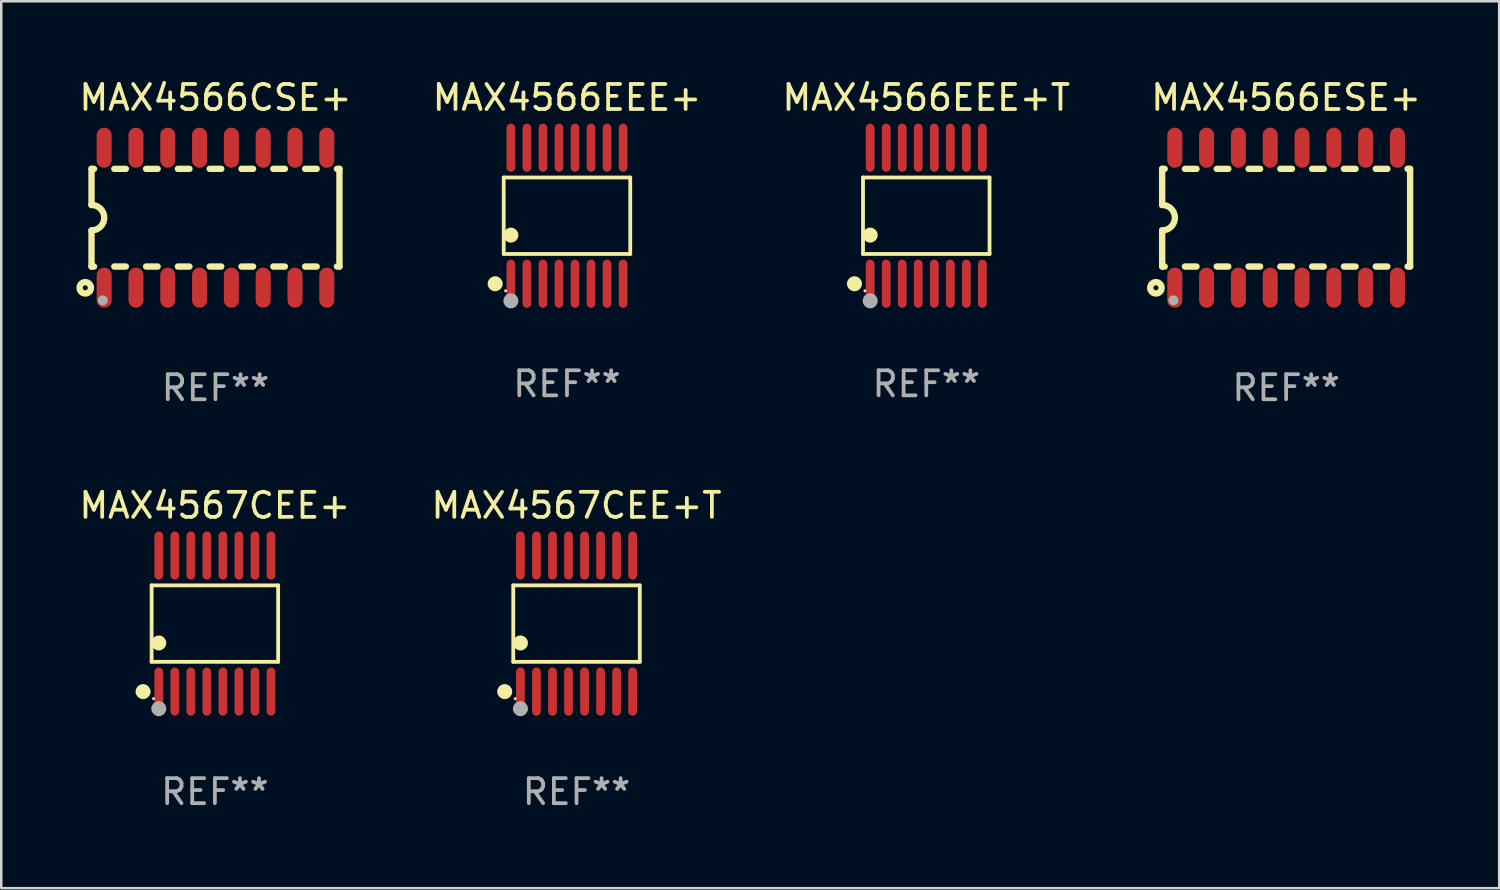
<source format=kicad_pcb>
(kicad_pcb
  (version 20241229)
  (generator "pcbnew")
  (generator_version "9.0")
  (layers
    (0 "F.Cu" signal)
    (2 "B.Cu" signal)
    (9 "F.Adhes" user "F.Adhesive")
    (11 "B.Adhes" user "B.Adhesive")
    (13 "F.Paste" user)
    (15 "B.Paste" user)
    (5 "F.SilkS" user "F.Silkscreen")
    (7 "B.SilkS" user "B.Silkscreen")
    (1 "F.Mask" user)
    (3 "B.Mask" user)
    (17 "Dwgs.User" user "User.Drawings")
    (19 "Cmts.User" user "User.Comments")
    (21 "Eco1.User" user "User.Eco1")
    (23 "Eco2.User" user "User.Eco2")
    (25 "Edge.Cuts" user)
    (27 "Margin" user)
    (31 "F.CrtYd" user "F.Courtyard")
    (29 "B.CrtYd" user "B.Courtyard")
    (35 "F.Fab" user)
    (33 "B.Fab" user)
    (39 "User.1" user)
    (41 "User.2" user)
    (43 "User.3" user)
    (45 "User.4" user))
  (footprint "MAX4567CEE+"
    (layer "F.Cu")
    (at 5.53 21.849)
    (property "Reference" "MAX4567CEE+" (at 0 -4.716 0) (layer "F.SilkS") (effects (font (size 1 1) (thickness 0.15))))
    (attr through_hole)
    (fp_line (start -2.526 -1.526) (end 2.526 -1.526) (stroke (width 0.152) (type solid)) (layer "F.SilkS"))
    (fp_line (start -2.526 1.526) (end -2.526 -1.526) (stroke (width 0.152) (type solid)) (layer "F.SilkS"))
    (fp_line (start 2.526 -1.526) (end 2.526 1.526) (stroke (width 0.152) (type solid)) (layer "F.SilkS"))
    (fp_line (start 2.526 1.526) (end -2.526 1.526) (stroke (width 0.152) (type solid)) (layer "F.SilkS"))
    (fp_circle (center -2.867 2.716) (end -2.717 2.716) (stroke (width 0.3) (type solid)) (fill no) (layer "F.SilkS"))
    (fp_circle (center -2.45 2.997) (end -2.42 2.997) (stroke (width 0.06) (type solid)) (fill no) (layer "F.SilkS"))
    (fp_circle (center -2.24 0.774) (end -2.09 0.774) (stroke (width 0.3) (type solid)) (fill no) (layer "F.SilkS"))
    (fp_circle (center -2.24 3.398) (end -2.09 3.398) (stroke (width 0.3) (type solid)) (fill no) (layer "F.Fab"))
    (fp_text user "REF**" (at 0 6.716 0) (layer "F.Fab") (effects (font (size 1 1) (thickness 0.15))))
    (pad "1" smd oval (at -2.24 2.716) (size 0.35 1.922) (layers "F.Cu" "F.Mask" "F.Paste"))
    (pad "2" smd oval (at -1.6 2.716) (size 0.35 1.922) (layers "F.Cu" "F.Mask" "F.Paste"))
    (pad "3" smd oval (at -0.96 2.716) (size 0.35 1.922) (layers "F.Cu" "F.Mask" "F.Paste"))
    (pad "4" smd oval (at -0.32 2.716) (size 0.35 1.922) (layers "F.Cu" "F.Mask" "F.Paste"))
    (pad "5" smd oval (at 0.32 2.716) (size 0.35 1.922) (layers "F.Cu" "F.Mask" "F.Paste"))
    (pad "6" smd oval (at 0.96 2.716) (size 0.35 1.922) (layers "F.Cu" "F.Mask" "F.Paste"))
    (pad "7" smd oval (at 1.6 2.716) (size 0.35 1.922) (layers "F.Cu" "F.Mask" "F.Paste"))
    (pad "8" smd oval (at 2.24 2.716) (size 0.35 1.922) (layers "F.Cu" "F.Mask" "F.Paste"))
    (pad "9" smd oval (at 2.24 -2.716) (size 0.35 1.922) (layers "F.Cu" "F.Mask" "F.Paste"))
    (pad "10" smd oval (at 1.6 -2.716) (size 0.35 1.922) (layers "F.Cu" "F.Mask" "F.Paste"))
    (pad "11" smd oval (at 0.96 -2.716) (size 0.35 1.922) (layers "F.Cu" "F.Mask" "F.Paste"))
    (pad "12" smd oval (at 0.32 -2.716) (size 0.35 1.922) (layers "F.Cu" "F.Mask" "F.Paste"))
    (pad "13" smd oval (at -0.32 -2.716) (size 0.35 1.922) (layers "F.Cu" "F.Mask" "F.Paste"))
    (pad "14" smd oval (at -0.96 -2.716) (size 0.35 1.922) (layers "F.Cu" "F.Mask" "F.Paste"))
    (pad "15" smd oval (at -1.6 -2.716) (size 0.35 1.922) (layers "F.Cu" "F.Mask" "F.Paste"))
    (pad "16" smd oval (at -2.24 -2.716) (size 0.35 1.922) (layers "F.Cu" "F.Mask" "F.Paste")))
  (footprint "MAX4567CEE+T"
    (layer "F.Cu")
    (at 19.97 21.849)
    (property "Reference" "MAX4567CEE+T" (at 0 -4.716 0) (layer "F.SilkS") (effects (font (size 1 1) (thickness 0.15))))
    (attr through_hole)
    (fp_line (start -2.526 -1.526) (end 2.526 -1.526) (stroke (width 0.152) (type solid)) (layer "F.SilkS"))
    (fp_line (start -2.526 1.526) (end -2.526 -1.526) (stroke (width 0.152) (type solid)) (layer "F.SilkS"))
    (fp_line (start 2.526 -1.526) (end 2.526 1.526) (stroke (width 0.152) (type solid)) (layer "F.SilkS"))
    (fp_line (start 2.526 1.526) (end -2.526 1.526) (stroke (width 0.152) (type solid)) (layer "F.SilkS"))
    (fp_circle (center -2.867 2.716) (end -2.717 2.716) (stroke (width 0.3) (type solid)) (fill no) (layer "F.SilkS"))
    (fp_circle (center -2.45 2.997) (end -2.42 2.997) (stroke (width 0.06) (type solid)) (fill no) (layer "F.SilkS"))
    (fp_circle (center -2.24 0.774) (end -2.09 0.774) (stroke (width 0.3) (type solid)) (fill no) (layer "F.SilkS"))
    (fp_circle (center -2.24 3.398) (end -2.09 3.398) (stroke (width 0.3) (type solid)) (fill no) (layer "F.Fab"))
    (fp_text user "REF**" (at 0 6.716 0) (layer "F.Fab") (effects (font (size 1 1) (thickness 0.15))))
    (pad "1" smd oval (at -2.24 2.716) (size 0.35 1.922) (layers "F.Cu" "F.Mask" "F.Paste"))
    (pad "2" smd oval (at -1.6 2.716) (size 0.35 1.922) (layers "F.Cu" "F.Mask" "F.Paste"))
    (pad "3" smd oval (at -0.96 2.716) (size 0.35 1.922) (layers "F.Cu" "F.Mask" "F.Paste"))
    (pad "4" smd oval (at -0.32 2.716) (size 0.35 1.922) (layers "F.Cu" "F.Mask" "F.Paste"))
    (pad "5" smd oval (at 0.32 2.716) (size 0.35 1.922) (layers "F.Cu" "F.Mask" "F.Paste"))
    (pad "6" smd oval (at 0.96 2.716) (size 0.35 1.922) (layers "F.Cu" "F.Mask" "F.Paste"))
    (pad "7" smd oval (at 1.6 2.716) (size 0.35 1.922) (layers "F.Cu" "F.Mask" "F.Paste"))
    (pad "8" smd oval (at 2.24 2.716) (size 0.35 1.922) (layers "F.Cu" "F.Mask" "F.Paste"))
    (pad "9" smd oval (at 2.24 -2.716) (size 0.35 1.922) (layers "F.Cu" "F.Mask" "F.Paste"))
    (pad "10" smd oval (at 1.6 -2.716) (size 0.35 1.922) (layers "F.Cu" "F.Mask" "F.Paste"))
    (pad "11" smd oval (at 0.96 -2.716) (size 0.35 1.922) (layers "F.Cu" "F.Mask" "F.Paste"))
    (pad "12" smd oval (at 0.32 -2.716) (size 0.35 1.922) (layers "F.Cu" "F.Mask" "F.Paste"))
    (pad "13" smd oval (at -0.32 -2.716) (size 0.35 1.922) (layers "F.Cu" "F.Mask" "F.Paste"))
    (pad "14" smd oval (at -0.96 -2.716) (size 0.35 1.922) (layers "F.Cu" "F.Mask" "F.Paste"))
    (pad "15" smd oval (at -1.6 -2.716) (size 0.35 1.922) (layers "F.Cu" "F.Mask" "F.Paste"))
    (pad "16" smd oval (at -2.24 -2.716) (size 0.35 1.922) (layers "F.Cu" "F.Mask" "F.Paste")))
  (footprint "MAX4566ESE+"
    (layer "F.Cu")
    (at 48.304 5.642)
    (property "Reference" "MAX4566ESE+" (at 0 -4.794 0) (layer "F.SilkS") (effects (font (size 1 1) (thickness 0.15))))
    (attr through_hole)
    (fp_line (start -4.95 -1.95) (end -4.95 -0.508) (stroke (width 0.254) (type solid)) (layer "F.SilkS"))
    (fp_line (start -4.95 -1.95) (end -4.849 -1.95) (stroke (width 0.254) (type solid)) (layer "F.SilkS"))
    (fp_line (start -4.95 1.95) (end -4.95 0.508) (stroke (width 0.254) (type solid)) (layer "F.SilkS"))
    (fp_line (start -4.95 1.95) (end -4.849 1.95) (stroke (width 0.254) (type solid)) (layer "F.SilkS"))
    (fp_line (start -4.041 -1.95) (end -3.579 -1.95) (stroke (width 0.254) (type solid)) (layer "F.SilkS"))
    (fp_line (start -4.041 1.95) (end -3.579 1.95) (stroke (width 0.254) (type solid)) (layer "F.SilkS"))
    (fp_line (start -2.771 -1.95) (end -2.309 -1.95) (stroke (width 0.254) (type solid)) (layer "F.SilkS"))
    (fp_line (start -2.771 1.95) (end -2.309 1.95) (stroke (width 0.254) (type solid)) (layer "F.SilkS"))
    (fp_line (start -1.501 -1.95) (end -1.039 -1.95) (stroke (width 0.254) (type solid)) (layer "F.SilkS"))
    (fp_line (start -1.501 1.95) (end -1.039 1.95) (stroke (width 0.254) (type solid)) (layer "F.SilkS"))
    (fp_line (start -0.231 -1.95) (end 0.231 -1.95) (stroke (width 0.254) (type solid)) (layer "F.SilkS"))
    (fp_line (start -0.231 1.95) (end 0.231 1.95) (stroke (width 0.254) (type solid)) (layer "F.SilkS"))
    (fp_line (start 1.039 -1.95) (end 1.501 -1.95) (stroke (width 0.254) (type solid)) (layer "F.SilkS"))
    (fp_line (start 1.039 1.95) (end 1.501 1.95) (stroke (width 0.254) (type solid)) (layer "F.SilkS"))
    (fp_line (start 2.309 -1.95) (end 2.771 -1.95) (stroke (width 0.254) (type solid)) (layer "F.SilkS"))
    (fp_line (start 2.309 1.95) (end 2.771 1.95) (stroke (width 0.254) (type solid)) (layer "F.SilkS"))
    (fp_line (start 3.579 -1.95) (end 4.041 -1.95) (stroke (width 0.254) (type solid)) (layer "F.SilkS"))
    (fp_line (start 3.579 1.95) (end 4.041 1.95) (stroke (width 0.254) (type solid)) (layer "F.SilkS"))
    (fp_line (start 4.849 -1.95) (end 4.95 -1.95) (stroke (width 0.254) (type solid)) (layer "F.SilkS"))
    (fp_line (start 4.849 1.95) (end 4.95 1.95) (stroke (width 0.254) (type solid)) (layer "F.SilkS"))
    (fp_line (start 4.95 -1.95) (end 4.95 1.95) (stroke (width 0.254) (type solid)) (layer "F.SilkS"))
    (fp_arc (start -4.95047 -0.508001) (mid -4.442469 -0.000228) (end -4.950013 0.508001) (stroke (width 0.254001) (type solid)) (layer "F.SilkS"))
    (fp_circle (center -5.2 2.8) (end -5.1 2.8) (stroke (width 0.254) (type solid)) (fill no) (layer "F.SilkS"))
    (fp_circle (center -4.95 2.947) (end -4.92 2.947) (stroke (width 0.06) (type solid)) (fill no) (layer "F.SilkS"))
    (fp_circle (center -4.5 3.3) (end -4.4 3.3) (stroke (width 0.2) (type solid)) (fill no) (layer "F.Fab"))
    (fp_text user "REF**" (at 0 6.794 0) (layer "F.Fab") (effects (font (size 1 1) (thickness 0.15))))
    (pad "1" smd oval (at -4.445 2.794) (size 0.6 1.6) (layers "F.Cu" "F.Mask" "F.Paste"))
    (pad "2" smd oval (at -3.175 2.794) (size 0.6 1.6) (layers "F.Cu" "F.Mask" "F.Paste"))
    (pad "3" smd oval (at -1.905 2.794) (size 0.6 1.6) (layers "F.Cu" "F.Mask" "F.Paste"))
    (pad "4" smd oval (at -0.635 2.794) (size 0.6 1.6) (layers "F.Cu" "F.Mask" "F.Paste"))
    (pad "5" smd oval (at 0.635 2.794) (size 0.6 1.6) (layers "F.Cu" "F.Mask" "F.Paste"))
    (pad "6" smd oval (at 1.905 2.794) (size 0.6 1.6) (layers "F.Cu" "F.Mask" "F.Paste"))
    (pad "7" smd oval (at 3.175 2.794) (size 0.6 1.6) (layers "F.Cu" "F.Mask" "F.Paste"))
    (pad "8" smd oval (at 4.445 2.794) (size 0.6 1.6) (layers "F.Cu" "F.Mask" "F.Paste"))
    (pad "9" smd oval (at 4.445 -2.794) (size 0.6 1.6) (layers "F.Cu" "F.Mask" "F.Paste"))
    (pad "10" smd oval (at 3.175 -2.794) (size 0.6 1.6) (layers "F.Cu" "F.Mask" "F.Paste"))
    (pad "11" smd oval (at 1.905 -2.794) (size 0.6 1.6) (layers "F.Cu" "F.Mask" "F.Paste"))
    (pad "12" smd oval (at 0.635 -2.794) (size 0.6 1.6) (layers "F.Cu" "F.Mask" "F.Paste"))
    (pad "13" smd oval (at -0.635 -2.794) (size 0.6 1.6) (layers "F.Cu" "F.Mask" "F.Paste"))
    (pad "14" smd oval (at -1.905 -2.794) (size 0.6 1.6) (layers "F.Cu" "F.Mask" "F.Paste"))
    (pad "15" smd oval (at -3.175 -2.794) (size 0.6 1.6) (layers "F.Cu" "F.Mask" "F.Paste"))
    (pad "16" smd oval (at -4.445 -2.794) (size 0.6 1.6) (layers "F.Cu" "F.Mask" "F.Paste")))
  (footprint "MAX4566EEE+"
    (layer "F.Cu")
    (at 19.589 5.564)
    (property "Reference" "MAX4566EEE+" (at 0 -4.716 0) (layer "F.SilkS") (effects (font (size 1 1) (thickness 0.15))))
    (attr through_hole)
    (fp_line (start -2.526 -1.526) (end 2.526 -1.526) (stroke (width 0.152) (type solid)) (layer "F.SilkS"))
    (fp_line (start -2.526 1.526) (end -2.526 -1.526) (stroke (width 0.152) (type solid)) (layer "F.SilkS"))
    (fp_line (start 2.526 -1.526) (end 2.526 1.526) (stroke (width 0.152) (type solid)) (layer "F.SilkS"))
    (fp_line (start 2.526 1.526) (end -2.526 1.526) (stroke (width 0.152) (type solid)) (layer "F.SilkS"))
    (fp_circle (center -2.867 2.716) (end -2.717 2.716) (stroke (width 0.3) (type solid)) (fill no) (layer "F.SilkS"))
    (fp_circle (center -2.45 2.997) (end -2.42 2.997) (stroke (width 0.06) (type solid)) (fill no) (layer "F.SilkS"))
    (fp_circle (center -2.24 0.774) (end -2.09 0.774) (stroke (width 0.3) (type solid)) (fill no) (layer "F.SilkS"))
    (fp_circle (center -2.24 3.398) (end -2.09 3.398) (stroke (width 0.3) (type solid)) (fill no) (layer "F.Fab"))
    (fp_text user "REF**" (at 0 6.716 0) (layer "F.Fab") (effects (font (size 1 1) (thickness 0.15))))
    (pad "1" smd oval (at -2.24 2.716) (size 0.35 1.922) (layers "F.Cu" "F.Mask" "F.Paste"))
    (pad "2" smd oval (at -1.6 2.716) (size 0.35 1.922) (layers "F.Cu" "F.Mask" "F.Paste"))
    (pad "3" smd oval (at -0.96 2.716) (size 0.35 1.922) (layers "F.Cu" "F.Mask" "F.Paste"))
    (pad "4" smd oval (at -0.32 2.716) (size 0.35 1.922) (layers "F.Cu" "F.Mask" "F.Paste"))
    (pad "5" smd oval (at 0.32 2.716) (size 0.35 1.922) (layers "F.Cu" "F.Mask" "F.Paste"))
    (pad "6" smd oval (at 0.96 2.716) (size 0.35 1.922) (layers "F.Cu" "F.Mask" "F.Paste"))
    (pad "7" smd oval (at 1.6 2.716) (size 0.35 1.922) (layers "F.Cu" "F.Mask" "F.Paste"))
    (pad "8" smd oval (at 2.24 2.716) (size 0.35 1.922) (layers "F.Cu" "F.Mask" "F.Paste"))
    (pad "9" smd oval (at 2.24 -2.716) (size 0.35 1.922) (layers "F.Cu" "F.Mask" "F.Paste"))
    (pad "10" smd oval (at 1.6 -2.716) (size 0.35 1.922) (layers "F.Cu" "F.Mask" "F.Paste"))
    (pad "11" smd oval (at 0.96 -2.716) (size 0.35 1.922) (layers "F.Cu" "F.Mask" "F.Paste"))
    (pad "12" smd oval (at 0.32 -2.716) (size 0.35 1.922) (layers "F.Cu" "F.Mask" "F.Paste"))
    (pad "13" smd oval (at -0.32 -2.716) (size 0.35 1.922) (layers "F.Cu" "F.Mask" "F.Paste"))
    (pad "14" smd oval (at -0.96 -2.716) (size 0.35 1.922) (layers "F.Cu" "F.Mask" "F.Paste"))
    (pad "15" smd oval (at -1.6 -2.716) (size 0.35 1.922) (layers "F.Cu" "F.Mask" "F.Paste"))
    (pad "16" smd oval (at -2.24 -2.716) (size 0.35 1.922) (layers "F.Cu" "F.Mask" "F.Paste")))
  (footprint "MAX4566CSE+"
    (layer "F.Cu")
    (at 5.554 5.642)
    (property "Reference" "MAX4566CSE+" (at 0 -4.794 0) (layer "F.SilkS") (effects (font (size 1 1) (thickness 0.15))))
    (attr through_hole)
    (fp_line (start -4.95 -1.95) (end -4.95 -0.508) (stroke (width 0.254) (type solid)) (layer "F.SilkS"))
    (fp_line (start -4.95 -1.95) (end -4.849 -1.95) (stroke (width 0.254) (type solid)) (layer "F.SilkS"))
    (fp_line (start -4.95 1.95) (end -4.95 0.508) (stroke (width 0.254) (type solid)) (layer "F.SilkS"))
    (fp_line (start -4.95 1.95) (end -4.849 1.95) (stroke (width 0.254) (type solid)) (layer "F.SilkS"))
    (fp_line (start -4.041 -1.95) (end -3.579 -1.95) (stroke (width 0.254) (type solid)) (layer "F.SilkS"))
    (fp_line (start -4.041 1.95) (end -3.579 1.95) (stroke (width 0.254) (type solid)) (layer "F.SilkS"))
    (fp_line (start -2.771 -1.95) (end -2.309 -1.95) (stroke (width 0.254) (type solid)) (layer "F.SilkS"))
    (fp_line (start -2.771 1.95) (end -2.309 1.95) (stroke (width 0.254) (type solid)) (layer "F.SilkS"))
    (fp_line (start -1.501 -1.95) (end -1.039 -1.95) (stroke (width 0.254) (type solid)) (layer "F.SilkS"))
    (fp_line (start -1.501 1.95) (end -1.039 1.95) (stroke (width 0.254) (type solid)) (layer "F.SilkS"))
    (fp_line (start -0.231 -1.95) (end 0.231 -1.95) (stroke (width 0.254) (type solid)) (layer "F.SilkS"))
    (fp_line (start -0.231 1.95) (end 0.231 1.95) (stroke (width 0.254) (type solid)) (layer "F.SilkS"))
    (fp_line (start 1.039 -1.95) (end 1.501 -1.95) (stroke (width 0.254) (type solid)) (layer "F.SilkS"))
    (fp_line (start 1.039 1.95) (end 1.501 1.95) (stroke (width 0.254) (type solid)) (layer "F.SilkS"))
    (fp_line (start 2.309 -1.95) (end 2.771 -1.95) (stroke (width 0.254) (type solid)) (layer "F.SilkS"))
    (fp_line (start 2.309 1.95) (end 2.771 1.95) (stroke (width 0.254) (type solid)) (layer "F.SilkS"))
    (fp_line (start 3.579 -1.95) (end 4.041 -1.95) (stroke (width 0.254) (type solid)) (layer "F.SilkS"))
    (fp_line (start 3.579 1.95) (end 4.041 1.95) (stroke (width 0.254) (type solid)) (layer "F.SilkS"))
    (fp_line (start 4.849 -1.95) (end 4.95 -1.95) (stroke (width 0.254) (type solid)) (layer "F.SilkS"))
    (fp_line (start 4.849 1.95) (end 4.95 1.95) (stroke (width 0.254) (type solid)) (layer "F.SilkS"))
    (fp_line (start 4.95 -1.95) (end 4.95 1.95) (stroke (width 0.254) (type solid)) (layer "F.SilkS"))
    (fp_arc (start -4.95047 -0.508001) (mid -4.442469 -0.000228) (end -4.950013 0.508001) (stroke (width 0.254001) (type solid)) (layer "F.SilkS"))
    (fp_circle (center -5.2 2.8) (end -5.1 2.8) (stroke (width 0.254) (type solid)) (fill no) (layer "F.SilkS"))
    (fp_circle (center -4.95 2.947) (end -4.92 2.947) (stroke (width 0.06) (type solid)) (fill no) (layer "F.SilkS"))
    (fp_circle (center -4.5 3.3) (end -4.4 3.3) (stroke (width 0.2) (type solid)) (fill no) (layer "F.Fab"))
    (fp_text user "REF**" (at 0 6.794 0) (layer "F.Fab") (effects (font (size 1 1) (thickness 0.15))))
    (pad "1" smd oval (at -4.445 2.794) (size 0.6 1.6) (layers "F.Cu" "F.Mask" "F.Paste"))
    (pad "2" smd oval (at -3.175 2.794) (size 0.6 1.6) (layers "F.Cu" "F.Mask" "F.Paste"))
    (pad "3" smd oval (at -1.905 2.794) (size 0.6 1.6) (layers "F.Cu" "F.Mask" "F.Paste"))
    (pad "4" smd oval (at -0.635 2.794) (size 0.6 1.6) (layers "F.Cu" "F.Mask" "F.Paste"))
    (pad "5" smd oval (at 0.635 2.794) (size 0.6 1.6) (layers "F.Cu" "F.Mask" "F.Paste"))
    (pad "6" smd oval (at 1.905 2.794) (size 0.6 1.6) (layers "F.Cu" "F.Mask" "F.Paste"))
    (pad "7" smd oval (at 3.175 2.794) (size 0.6 1.6) (layers "F.Cu" "F.Mask" "F.Paste"))
    (pad "8" smd oval (at 4.445 2.794) (size 0.6 1.6) (layers "F.Cu" "F.Mask" "F.Paste"))
    (pad "9" smd oval (at 4.445 -2.794) (size 0.6 1.6) (layers "F.Cu" "F.Mask" "F.Paste"))
    (pad "10" smd oval (at 3.175 -2.794) (size 0.6 1.6) (layers "F.Cu" "F.Mask" "F.Paste"))
    (pad "11" smd oval (at 1.905 -2.794) (size 0.6 1.6) (layers "F.Cu" "F.Mask" "F.Paste"))
    (pad "12" smd oval (at 0.635 -2.794) (size 0.6 1.6) (layers "F.Cu" "F.Mask" "F.Paste"))
    (pad "13" smd oval (at -0.635 -2.794) (size 0.6 1.6) (layers "F.Cu" "F.Mask" "F.Paste"))
    (pad "14" smd oval (at -1.905 -2.794) (size 0.6 1.6) (layers "F.Cu" "F.Mask" "F.Paste"))
    (pad "15" smd oval (at -3.175 -2.794) (size 0.6 1.6) (layers "F.Cu" "F.Mask" "F.Paste"))
    (pad "16" smd oval (at -4.445 -2.794) (size 0.6 1.6) (layers "F.Cu" "F.Mask" "F.Paste")))
  (footprint "MAX4566EEE+T"
    (layer "F.Cu")
    (at 33.935 5.564)
    (property "Reference" "MAX4566EEE+T" (at 0 -4.716 0) (layer "F.SilkS") (effects (font (size 1 1) (thickness 0.15))))
    (attr through_hole)
    (fp_line (start -2.526 -1.526) (end 2.526 -1.526) (stroke (width 0.152) (type solid)) (layer "F.SilkS"))
    (fp_line (start -2.526 1.526) (end -2.526 -1.526) (stroke (width 0.152) (type solid)) (layer "F.SilkS"))
    (fp_line (start 2.526 -1.526) (end 2.526 1.526) (stroke (width 0.152) (type solid)) (layer "F.SilkS"))
    (fp_line (start 2.526 1.526) (end -2.526 1.526) (stroke (width 0.152) (type solid)) (layer "F.SilkS"))
    (fp_circle (center -2.867 2.716) (end -2.717 2.716) (stroke (width 0.3) (type solid)) (fill no) (layer "F.SilkS"))
    (fp_circle (center -2.45 2.997) (end -2.42 2.997) (stroke (width 0.06) (type solid)) (fill no) (layer "F.SilkS"))
    (fp_circle (center -2.24 0.774) (end -2.09 0.774) (stroke (width 0.3) (type solid)) (fill no) (layer "F.SilkS"))
    (fp_circle (center -2.24 3.398) (end -2.09 3.398) (stroke (width 0.3) (type solid)) (fill no) (layer "F.Fab"))
    (fp_text user "REF**" (at 0 6.716 0) (layer "F.Fab") (effects (font (size 1 1) (thickness 0.15))))
    (pad "1" smd oval (at -2.24 2.716) (size 0.35 1.922) (layers "F.Cu" "F.Mask" "F.Paste"))
    (pad "2" smd oval (at -1.6 2.716) (size 0.35 1.922) (layers "F.Cu" "F.Mask" "F.Paste"))
    (pad "3" smd oval (at -0.96 2.716) (size 0.35 1.922) (layers "F.Cu" "F.Mask" "F.Paste"))
    (pad "4" smd oval (at -0.32 2.716) (size 0.35 1.922) (layers "F.Cu" "F.Mask" "F.Paste"))
    (pad "5" smd oval (at 0.32 2.716) (size 0.35 1.922) (layers "F.Cu" "F.Mask" "F.Paste"))
    (pad "6" smd oval (at 0.96 2.716) (size 0.35 1.922) (layers "F.Cu" "F.Mask" "F.Paste"))
    (pad "7" smd oval (at 1.6 2.716) (size 0.35 1.922) (layers "F.Cu" "F.Mask" "F.Paste"))
    (pad "8" smd oval (at 2.24 2.716) (size 0.35 1.922) (layers "F.Cu" "F.Mask" "F.Paste"))
    (pad "9" smd oval (at 2.24 -2.716) (size 0.35 1.922) (layers "F.Cu" "F.Mask" "F.Paste"))
    (pad "10" smd oval (at 1.6 -2.716) (size 0.35 1.922) (layers "F.Cu" "F.Mask" "F.Paste"))
    (pad "11" smd oval (at 0.96 -2.716) (size 0.35 1.922) (layers "F.Cu" "F.Mask" "F.Paste"))
    (pad "12" smd oval (at 0.32 -2.716) (size 0.35 1.922) (layers "F.Cu" "F.Mask" "F.Paste"))
    (pad "13" smd oval (at -0.32 -2.716) (size 0.35 1.922) (layers "F.Cu" "F.Mask" "F.Paste"))
    (pad "14" smd oval (at -0.96 -2.716) (size 0.35 1.922) (layers "F.Cu" "F.Mask" "F.Paste"))
    (pad "15" smd oval (at -1.6 -2.716) (size 0.35 1.922) (layers "F.Cu" "F.Mask" "F.Paste"))
    (pad "16" smd oval (at -2.24 -2.716) (size 0.35 1.922) (layers "F.Cu" "F.Mask" "F.Paste")))
  (gr_rect
    (start -3 -3)
    (end 56.81 32.413)
    (stroke (width 0.1) (type default))
    (fill no)
    (layer "Edge.Cuts")))
</source>
